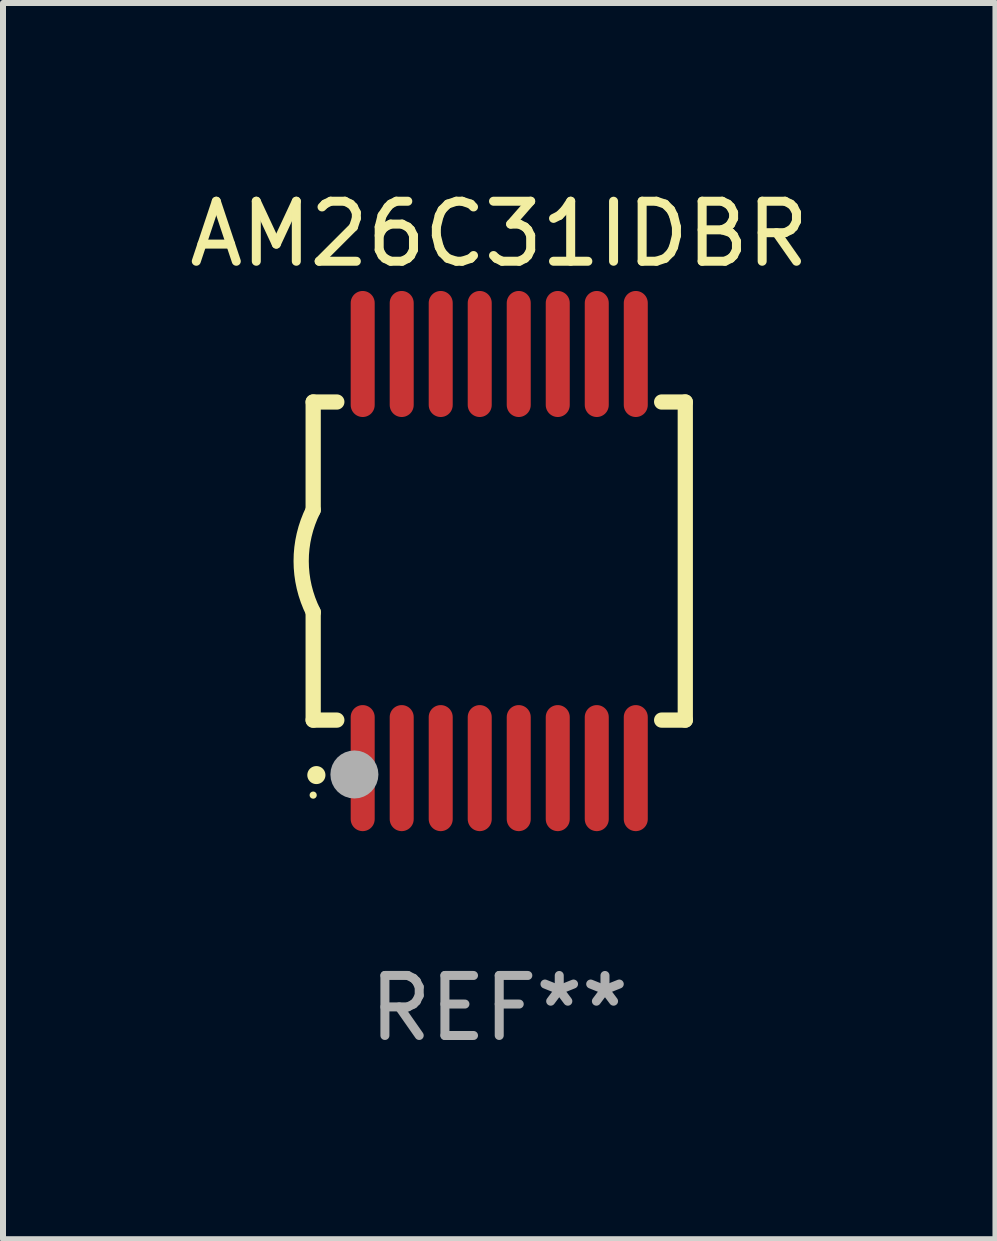
<source format=kicad_pcb>
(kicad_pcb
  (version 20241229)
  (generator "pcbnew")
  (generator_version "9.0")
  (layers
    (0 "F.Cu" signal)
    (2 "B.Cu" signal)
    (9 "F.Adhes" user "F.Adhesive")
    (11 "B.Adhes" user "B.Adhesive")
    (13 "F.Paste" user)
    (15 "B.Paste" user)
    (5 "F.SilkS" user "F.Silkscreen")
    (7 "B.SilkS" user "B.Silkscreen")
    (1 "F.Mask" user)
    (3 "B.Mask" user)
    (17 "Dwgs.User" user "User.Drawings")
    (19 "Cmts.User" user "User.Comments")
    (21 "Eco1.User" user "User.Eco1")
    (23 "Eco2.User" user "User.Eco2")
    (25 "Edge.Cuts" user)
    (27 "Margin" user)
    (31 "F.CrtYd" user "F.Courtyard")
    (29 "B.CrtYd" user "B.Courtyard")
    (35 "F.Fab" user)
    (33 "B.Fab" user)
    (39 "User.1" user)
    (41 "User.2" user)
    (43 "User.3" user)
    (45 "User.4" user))
  (footprint "AM26C31IDBR"
    (layer "F.Cu")
    (at 5.268 6.298)
    (property "Reference" "AM26C31IDBR" (at 0 -5.45 0) (layer "F.SilkS") (effects (font (size 1 1) (thickness 0.15))))
    (attr through_hole)
    (fp_line (start -3.1 -2.65) (end -3.1 -0.85) (stroke (width 0.254) (type solid)) (layer "F.SilkS"))
    (fp_line (start -3.1 -2.65) (end -2.706 -2.65) (stroke (width 0.254) (type solid)) (layer "F.SilkS"))
    (fp_line (start -3.1 2.65) (end -3.1 0.85) (stroke (width 0.254) (type solid)) (layer "F.SilkS"))
    (fp_line (start -3.1 2.65) (end -2.706 2.65) (stroke (width 0.254) (type solid)) (layer "F.SilkS"))
    (fp_line (start 2.706 -2.65) (end 3.1 -2.65) (stroke (width 0.254) (type solid)) (layer "F.SilkS"))
    (fp_line (start 2.706 2.65) (end 3.1 2.65) (stroke (width 0.254) (type solid)) (layer "F.SilkS"))
    (fp_line (start 3.1 -2.65) (end 3.1 2.65) (stroke (width 0.254) (type solid)) (layer "F.SilkS"))
    (fp_arc (start -3.098907 0.850902) (mid -3.300057 0.000523) (end -3.1 -0.850114) (stroke (width 0.254001) (type solid)) (layer "F.SilkS"))
    (fp_arc (start -3.048006 3.566066) (mid -3.046736 3.566061) (end -3.045466 3.566066) (stroke (width 0.3) (type solid)) (layer "F.SilkS"))
    (fp_circle (center -3.1 3.9) (end -3.07 3.9) (stroke (width 0.06) (type solid)) (fill no) (layer "F.SilkS"))
    (fp_circle (center -2.413 3.556) (end -2.213 3.556) (stroke (width 0.4) (type solid)) (fill no) (layer "F.Fab"))
    (fp_text user "REF**" (at 0 7.45 0) (layer "F.Fab") (effects (font (size 1 1) (thickness 0.15))))
    (pad "1" smd oval (at -2.275 3.45 180) (size 0.4 2.1) (layers "F.Cu" "F.Mask" "F.Paste"))
    (pad "2" smd oval (at -1.625 3.45 180) (size 0.4 2.1) (layers "F.Cu" "F.Mask" "F.Paste"))
    (pad "3" smd oval (at -0.975 3.45 180) (size 0.4 2.1) (layers "F.Cu" "F.Mask" "F.Paste"))
    (pad "4" smd oval (at -0.325 3.45 180) (size 0.4 2.1) (layers "F.Cu" "F.Mask" "F.Paste"))
    (pad "5" smd oval (at 0.325 3.45 180) (size 0.4 2.1) (layers "F.Cu" "F.Mask" "F.Paste"))
    (pad "6" smd oval (at 0.975 3.45 180) (size 0.4 2.1) (layers "F.Cu" "F.Mask" "F.Paste"))
    (pad "7" smd oval (at 1.625 3.45 180) (size 0.4 2.1) (layers "F.Cu" "F.Mask" "F.Paste"))
    (pad "8" smd oval (at 2.275 3.45 180) (size 0.4 2.1) (layers "F.Cu" "F.Mask" "F.Paste"))
    (pad "9" smd oval (at 2.275 -3.45 180) (size 0.4 2.1) (layers "F.Cu" "F.Mask" "F.Paste"))
    (pad "10" smd oval (at 1.625 -3.45 180) (size 0.4 2.1) (layers "F.Cu" "F.Mask" "F.Paste"))
    (pad "11" smd oval (at 0.975 -3.45 180) (size 0.4 2.1) (layers "F.Cu" "F.Mask" "F.Paste"))
    (pad "12" smd oval (at 0.325 -3.45 180) (size 0.4 2.1) (layers "F.Cu" "F.Mask" "F.Paste"))
    (pad "13" smd oval (at -0.325 -3.45 180) (size 0.4 2.1) (layers "F.Cu" "F.Mask" "F.Paste"))
    (pad "14" smd oval (at -0.975 -3.45 180) (size 0.4 2.1) (layers "F.Cu" "F.Mask" "F.Paste"))
    (pad "15" smd oval (at -1.625 -3.45 180) (size 0.4 2.1) (layers "F.Cu" "F.Mask" "F.Paste"))
    (pad "16" smd oval (at -2.275 -3.45 180) (size 0.4 2.1) (layers "F.Cu" "F.Mask" "F.Paste")))
  (gr_rect
    (start -3 -3)
    (end 13.536 17.597)
    (stroke (width 0.1) (type default))
    (fill no)
    (layer "Edge.Cuts")))
</source>
